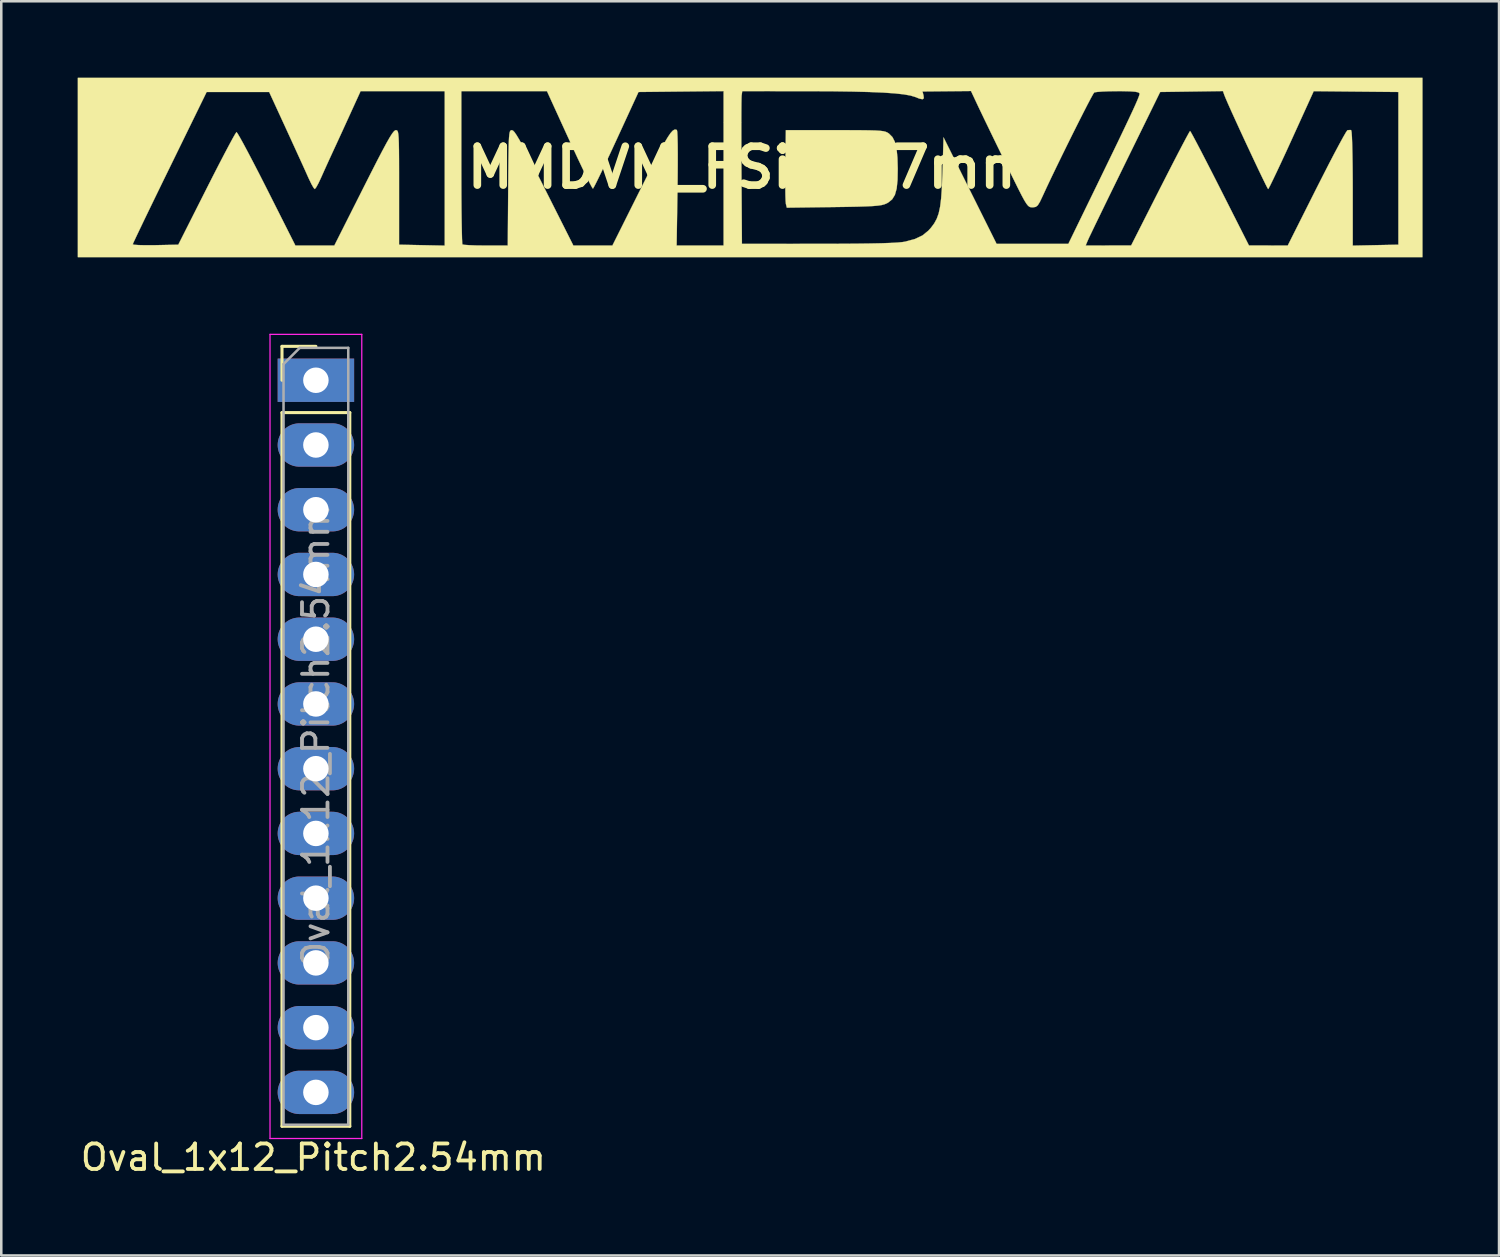
<source format=kicad_pcb>
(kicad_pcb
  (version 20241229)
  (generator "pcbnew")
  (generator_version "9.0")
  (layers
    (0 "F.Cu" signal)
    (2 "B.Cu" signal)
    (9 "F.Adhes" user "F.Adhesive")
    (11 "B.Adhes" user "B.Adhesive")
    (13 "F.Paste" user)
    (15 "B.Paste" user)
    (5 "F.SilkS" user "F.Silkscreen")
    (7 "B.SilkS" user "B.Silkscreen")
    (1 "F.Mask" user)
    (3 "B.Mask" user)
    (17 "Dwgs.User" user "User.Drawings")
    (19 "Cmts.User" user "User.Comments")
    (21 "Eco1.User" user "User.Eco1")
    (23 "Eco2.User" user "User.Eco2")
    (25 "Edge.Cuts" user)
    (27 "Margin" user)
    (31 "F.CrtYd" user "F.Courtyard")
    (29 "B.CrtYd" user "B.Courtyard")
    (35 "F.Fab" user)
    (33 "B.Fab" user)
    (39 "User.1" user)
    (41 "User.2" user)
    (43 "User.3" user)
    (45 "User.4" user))
  (footprint "Oval_1x12_Pitch2.54mm"
    (layer "F.Cu")
    (at 9.344 11.869)
    (property "Reference" "Oval_1x12_Pitch2.54mm" (at -0.1 30.49 0) (layer "F.SilkS") (effects (font (size 1 1) (thickness 0.15))))
    (attr through_hole)
    (fp_line (start -1.33 -1.33) (end 0 -1.33) (stroke (width 0.12) (type solid)) (layer "F.SilkS"))
    (fp_line (start -1.33 0) (end -1.33 -1.33) (stroke (width 0.12) (type solid)) (layer "F.SilkS"))
    (fp_line (start -1.33 1.27) (end -1.33 29.27) (stroke (width 0.12) (type solid)) (layer "F.SilkS"))
    (fp_line (start -1.33 1.27) (end 1.33 1.27) (stroke (width 0.12) (type solid)) (layer "F.SilkS"))
    (fp_line (start -1.33 29.27) (end 1.33 29.27) (stroke (width 0.12) (type solid)) (layer "F.SilkS"))
    (fp_line (start 1.33 1.27) (end 1.33 29.27) (stroke (width 0.12) (type solid)) (layer "F.SilkS"))
    (fp_line (start -1.8 -1.8) (end -1.8 29.75) (stroke (width 0.05) (type solid)) (layer "F.CrtYd"))
    (fp_line (start -1.8 29.75) (end 1.8 29.75) (stroke (width 0.05) (type solid)) (layer "F.CrtYd"))
    (fp_line (start 1.8 -1.8) (end -1.8 -1.8) (stroke (width 0.05) (type solid)) (layer "F.CrtYd"))
    (fp_line (start 1.8 29.75) (end 1.8 -1.8) (stroke (width 0.05) (type solid)) (layer "F.CrtYd"))
    (fp_line (start -1.27 -0.635) (end -0.635 -1.27) (stroke (width 0.1) (type solid)) (layer "F.Fab"))
    (fp_line (start -1.27 29.21) (end -1.27 -0.635) (stroke (width 0.1) (type solid)) (layer "F.Fab"))
    (fp_line (start -0.635 -1.27) (end 1.27 -1.27) (stroke (width 0.1) (type solid)) (layer "F.Fab"))
    (fp_line (start 1.27 -1.27) (end 1.27 29.21) (stroke (width 0.1) (type solid)) (layer "F.Fab"))
    (fp_line (start 1.27 29.21) (end -1.27 29.21) (stroke (width 0.1) (type solid)) (layer "F.Fab"))
    (fp_text user "${REFERENCE}" (at 0 13.97 90) (layer "F.Fab") (effects (font (size 1 1) (thickness 0.15))))
    (pad "1" thru_hole rect (at 0 0) (size 3 1.7) (drill 1) (layers "*.Cu" "*.Mask"))
    (pad "2" thru_hole oval (at 0 2.54) (size 3 1.7) (drill 1) (layers "*.Cu" "*.Mask"))
    (pad "3" thru_hole oval (at 0 5.08) (size 3 1.7) (drill 1) (layers "*.Cu" "*.Mask"))
    (pad "4" thru_hole oval (at 0 7.62) (size 3 1.7) (drill 1) (layers "*.Cu" "*.Mask"))
    (pad "5" thru_hole oval (at 0 10.16) (size 3 1.7) (drill 1) (layers "*.Cu" "*.Mask"))
    (pad "6" thru_hole oval (at 0 12.7) (size 3 1.7) (drill 1) (layers "*.Cu" "*.Mask"))
    (pad "7" thru_hole oval (at 0 15.24) (size 3 1.7) (drill 1) (layers "*.Cu" "*.Mask"))
    (pad "8" thru_hole oval (at 0 17.78) (size 3 1.7) (drill 1) (layers "*.Cu" "*.Mask"))
    (pad "9" thru_hole oval (at 0 20.32) (size 3 1.7) (drill 1) (layers "*.Cu" "*.Mask"))
    (pad "10" thru_hole oval (at 0 22.86) (size 3 1.7) (drill 1) (layers "*.Cu" "*.Mask"))
    (pad "11" thru_hole oval (at 0 25.4) (size 3 1.7) (drill 1) (layers "*.Cu" "*.Mask"))
    (pad "12" thru_hole oval (at 0 27.94) (size 3 1.7) (drill 1) (layers "*.Cu" "*.Mask")))
  (footprint "MMDVM_FSilk-7mm"
    (layer "F.Cu")
    (at 26.382 3.522)
    (property "Reference" "MMDVM_FSilk-7mm" (at 0 0 0) (layer "F.SilkS") (effects (font (size 1.524 1.524) (thickness 0.3))))
    (attr through_hole)
    (fp_poly (pts (xy 3.887 -1.465) (xy 4.325 -1.463) (xy 4.664 -1.459) (xy 4.917 -1.452) (xy 5.101 -1.44) (xy 5.231 -1.424) (xy 5.321 -1.4) (xy 5.388 -1.37) (xy 5.445 -1.332) (xy 5.45 -1.328) (xy 5.584 -1.192) (xy 5.68 -1.002) (xy 5.744 -0.739) (xy 5.779 -0.383) (xy 5.791 0.048) (xy 5.783 0.492) (xy 5.748 0.828) (xy 5.679 1.074) (xy 5.571 1.25) (xy 5.416 1.375) (xy 5.352 1.41) (xy 5.267 1.445) (xy 5.161 1.473) (xy 5.017 1.495) (xy 4.821 1.512) (xy 4.556 1.525) (xy 4.207 1.536) (xy 3.756 1.545) (xy 3.276 1.552) (xy 1.439 1.576) (xy 1.401 1.423) (xy 1.391 1.314) (xy 1.383 1.096) (xy 1.379 0.792) (xy 1.378 0.423) (xy 1.38 0.013) (xy 1.382 -0.098) (xy 1.4 -1.465) (xy 3.333 -1.465) (xy 3.887 -1.465)) (stroke (width 0.01) (type solid)) (fill yes) (layer "F.SilkS"))
    (fp_poly (pts (xy 26.377 3.517) (xy -26.377 3.517) (xy -26.377 3.014) (xy -24.225 3.014) (xy -24.165 3.031) (xy -23.998 3.043) (xy -23.748 3.049) (xy -23.437 3.048) (xy -23.332 3.047) (xy -22.437 3.028) (xy -21.325 0.825) (xy -21.074 0.33) (xy -20.84 -0.126) (xy -20.629 -0.531) (xy -20.448 -0.873) (xy -20.305 -1.138) (xy -20.205 -1.314) (xy -20.155 -1.388) (xy -20.153 -1.39) (xy -20.111 -1.336) (xy -20.018 -1.178) (xy -19.88 -0.929) (xy -19.704 -0.6) (xy -19.497 -0.205) (xy -19.265 0.243) (xy -19.016 0.733) (xy -18.967 0.83) (xy -17.842 3.061) (xy -16.315 3.061) (xy -15.175 0.798) (xy -14.876 0.207) (xy -14.629 -0.277) (xy -14.428 -0.662) (xy -14.268 -0.96) (xy -14.143 -1.179) (xy -14.048 -1.329) (xy -13.977 -1.419) (xy -13.926 -1.46) (xy -13.905 -1.465) (xy -13.87 -1.462) (xy -13.842 -1.443) (xy -13.82 -1.396) (xy -13.804 -1.308) (xy -13.792 -1.166) (xy -13.784 -0.958) (xy -13.779 -0.67) (xy -13.776 -0.29) (xy -13.775 0.195) (xy -13.775 0.782) (xy -13.775 3.028) (xy -11.984 3.065) (xy -11.984 -2.996) (xy -11.332 -2.996) (xy -11.332 -0.011) (xy -11.331 0.601) (xy -11.329 1.172) (xy -11.325 1.689) (xy -11.319 2.141) (xy -11.312 2.512) (xy -11.305 2.791) (xy -11.297 2.964) (xy -11.289 3.018) (xy -11.211 3.034) (xy -11.028 3.047) (xy -10.767 3.057) (xy -10.451 3.061) (xy -10.378 3.061) (xy -9.51 3.061) (xy -9.493 0.798) (xy -9.489 0.196) (xy -9.484 -0.289) (xy -9.478 -0.669) (xy -9.471 -0.957) (xy -9.461 -1.165) (xy -9.448 -1.307) (xy -9.431 -1.396) (xy -9.408 -1.443) (xy -9.38 -1.462) (xy -9.346 -1.465) (xy -9.302 -1.446) (xy -9.242 -1.383) (xy -9.161 -1.264) (xy -9.052 -1.082) (xy -8.911 -0.827) (xy -8.731 -0.488) (xy -8.509 -0.057) (xy -8.237 0.478) (xy -8.076 0.798) (xy -6.936 3.061) (xy -5.405 3.061) (xy -4.282 0.813) (xy -3.982 0.216) (xy -3.733 -0.274) (xy -3.529 -0.665) (xy -3.364 -0.968) (xy -3.231 -1.192) (xy -3.126 -1.347) (xy -3.042 -1.441) (xy -2.973 -1.485) (xy -2.914 -1.488) (xy -2.874 -1.47) (xy -2.86 -1.398) (xy -2.85 -1.209) (xy -2.843 -0.915) (xy -2.84 -0.531) (xy -2.841 -0.068) (xy -2.845 0.459) (xy -2.85 0.813) (xy -2.885 3.061) (xy -1.042 3.061) (xy 13.163 3.061) (xy 14.055 3.06) (xy 14.947 3.059) (xy 16.085 0.813) (xy 16.339 0.315) (xy 16.575 -0.145) (xy 16.786 -0.554) (xy 16.967 -0.9) (xy 17.11 -1.169) (xy 17.209 -1.35) (xy 17.257 -1.43) (xy 17.26 -1.433) (xy 17.297 -1.377) (xy 17.385 -1.217) (xy 17.519 -0.966) (xy 17.692 -0.636) (xy 17.897 -0.239) (xy 18.128 0.211) (xy 18.378 0.702) (xy 18.434 0.813) (xy 19.571 3.059) (xy 20.331 3.06) (xy 21.092 3.061) (xy 22.22 0.815) (xy 22.474 0.315) (xy 22.711 -0.149) (xy 22.927 -0.563) (xy 23.114 -0.913) (xy 23.265 -1.189) (xy 23.372 -1.375) (xy 23.431 -1.461) (xy 23.436 -1.464) (xy 23.553 -1.473) (xy 23.582 -1.462) (xy 23.597 -1.389) (xy 23.61 -1.201) (xy 23.621 -0.908) (xy 23.63 -0.527) (xy 23.637 -0.069) (xy 23.641 0.451) (xy 23.642 0.82) (xy 23.642 3.065) (xy 25.433 3.028) (xy 25.433 -2.963) (xy 23.772 -2.979) (xy 22.111 -2.995) (xy 21.237 -1.074) (xy 21.025 -0.61) (xy 20.828 -0.186) (xy 20.655 0.183) (xy 20.511 0.484) (xy 20.404 0.703) (xy 20.339 0.825) (xy 20.324 0.847) (xy 20.289 0.79) (xy 20.209 0.633) (xy 20.091 0.391) (xy 19.943 0.083) (xy 19.774 -0.275) (xy 19.591 -0.665) (xy 19.402 -1.069) (xy 19.216 -1.471) (xy 19.041 -1.853) (xy 18.884 -2.198) (xy 18.754 -2.489) (xy 18.659 -2.708) (xy 18.606 -2.837) (xy 18.604 -2.842) (xy 18.55 -2.999) (xy 17.319 -2.981) (xy 16.087 -2.963) (xy 14.714 -0.163) (xy 14.436 0.406) (xy 14.172 0.945) (xy 13.93 1.441) (xy 13.716 1.882) (xy 13.534 2.257) (xy 13.393 2.551) (xy 13.296 2.753) (xy 13.252 2.849) (xy 13.163 3.061) (xy -1.042 3.061) (xy -1.042 -1.294) (xy -0.346 -1.294) (xy -0.345 -0.757) (xy -0.343 -0.176) (xy -0.341 0.179) (xy -0.323 2.996) (xy 2.688 2.994) (xy 3.477 2.992) (xy 4.145 2.988) (xy 4.701 2.981) (xy 5.153 2.972) (xy 5.512 2.959) (xy 5.785 2.944) (xy 5.981 2.925) (xy 6.089 2.907) (xy 6.47 2.803) (xy 6.757 2.667) (xy 6.99 2.479) (xy 7.095 2.362) (xy 7.221 2.193) (xy 7.32 2.012) (xy 7.396 1.802) (xy 7.452 1.542) (xy 7.493 1.214) (xy 7.522 0.798) (xy 7.544 0.276) (xy 7.548 0.141) (xy 7.587 -1.184) (xy 8.628 0.906) (xy 9.669 2.996) (xy 12.483 2.996) (xy 13.141 1.644) (xy 13.553 0.799) (xy 13.91 0.063) (xy 14.218 -0.571) (xy 14.478 -1.11) (xy 14.694 -1.562) (xy 14.87 -1.934) (xy 15.01 -2.233) (xy 15.116 -2.467) (xy 15.193 -2.643) (xy 15.243 -2.768) (xy 15.271 -2.851) (xy 15.279 -2.898) (xy 15.277 -2.909) (xy 15.229 -2.947) (xy 15.109 -2.973) (xy 14.899 -2.988) (xy 14.583 -2.995) (xy 14.412 -2.995) (xy 14.09 -2.991) (xy 13.814 -2.98) (xy 13.609 -2.964) (xy 13.504 -2.945) (xy 13.499 -2.943) (xy 13.455 -2.876) (xy 13.361 -2.707) (xy 13.227 -2.452) (xy 13.061 -2.128) (xy 12.869 -1.749) (xy 12.66 -1.332) (xy 12.442 -0.892) (xy 12.223 -0.446) (xy 12.01 -0.009) (xy 11.812 0.402) (xy 11.636 0.774) (xy 11.491 1.088) (xy 11.475 1.123) (xy 11.367 1.35) (xy 11.286 1.482) (xy 11.208 1.544) (xy 11.11 1.562) (xy 11.073 1.563) (xy 11.014 1.56) (xy 10.959 1.543) (xy 10.903 1.499) (xy 10.837 1.416) (xy 10.753 1.281) (xy 10.645 1.081) (xy 10.504 0.804) (xy 10.322 0.436) (xy 10.092 -0.033) (xy 10.052 -0.114) (xy 9.824 -0.583) (xy 9.598 -1.047) (xy 9.387 -1.483) (xy 9.2 -1.869) (xy 9.05 -2.183) (xy 8.948 -2.396) (xy 8.664 -3.001) (xy 6.762 -2.983) (xy 6.802 -2.827) (xy 6.814 -2.717) (xy 6.764 -2.677) (xy 6.633 -2.705) (xy 6.464 -2.771) (xy 6.286 -2.824) (xy 6.025 -2.87) (xy 5.675 -2.908) (xy 5.229 -2.939) (xy 4.68 -2.962) (xy 4.022 -2.979) (xy 3.249 -2.99) (xy 2.353 -2.994) (xy 2.173 -2.994) (xy -0.311 -2.996) (xy -0.335 -2.817) (xy -0.339 -2.715) (xy -0.343 -2.498) (xy -0.345 -2.179) (xy -0.346 -1.773) (xy -0.346 -1.294) (xy -1.042 -1.294) (xy -1.042 -2.998) (xy -2.711 -2.981) (xy -4.38 -2.963) (xy -5.249 -1.075) (xy -5.462 -0.615) (xy -5.659 -0.194) (xy -5.834 0.173) (xy -5.979 0.472) (xy -6.088 0.689) (xy -6.154 0.809) (xy -6.169 0.829) (xy -6.207 0.776) (xy -6.292 0.618) (xy -6.417 0.368) (xy -6.575 0.042) (xy -6.76 -0.348) (xy -6.964 -0.788) (xy -7.096 -1.076) (xy -7.973 -2.996) (xy -11.332 -2.996) (xy -11.984 -2.996) (xy -15.284 -2.996) (xy -15.663 -2.166) (xy -15.836 -1.787) (xy -16.023 -1.378) (xy -16.202 -0.989) (xy -16.343 -0.684) (xy -16.493 -0.359) (xy -16.646 -0.023) (xy -16.78 0.275) (xy -16.838 0.405) (xy -16.938 0.618) (xy -17.024 0.774) (xy -17.079 0.844) (xy -17.084 0.845) (xy -17.133 0.79) (xy -17.216 0.644) (xy -17.317 0.435) (xy -17.344 0.376) (xy -17.432 0.179) (xy -17.563 -0.111) (xy -17.728 -0.472) (xy -17.914 -0.879) (xy -18.111 -1.309) (xy -18.212 -1.529) (xy -18.872 -2.963) (xy -21.324 -2.963) (xy -22.773 0) (xy -23.056 0.578) (xy -23.32 1.121) (xy -23.561 1.618) (xy -23.773 2.056) (xy -23.95 2.426) (xy -24.088 2.715) (xy -24.181 2.913) (xy -24.223 3.008) (xy -24.225 3.014) (xy -26.377 3.014) (xy -26.377 -3.517) (xy 26.377 -3.517) (xy 26.377 3.517)) (stroke (width 0.01) (type solid)) (fill yes) (layer "F.SilkS")))
  (gr_rect
    (start -3 -3)
    (end 55.764 46.207)
    (stroke (width 0.1) (type default))
    (fill no)
    (layer "Edge.Cuts")))
</source>
